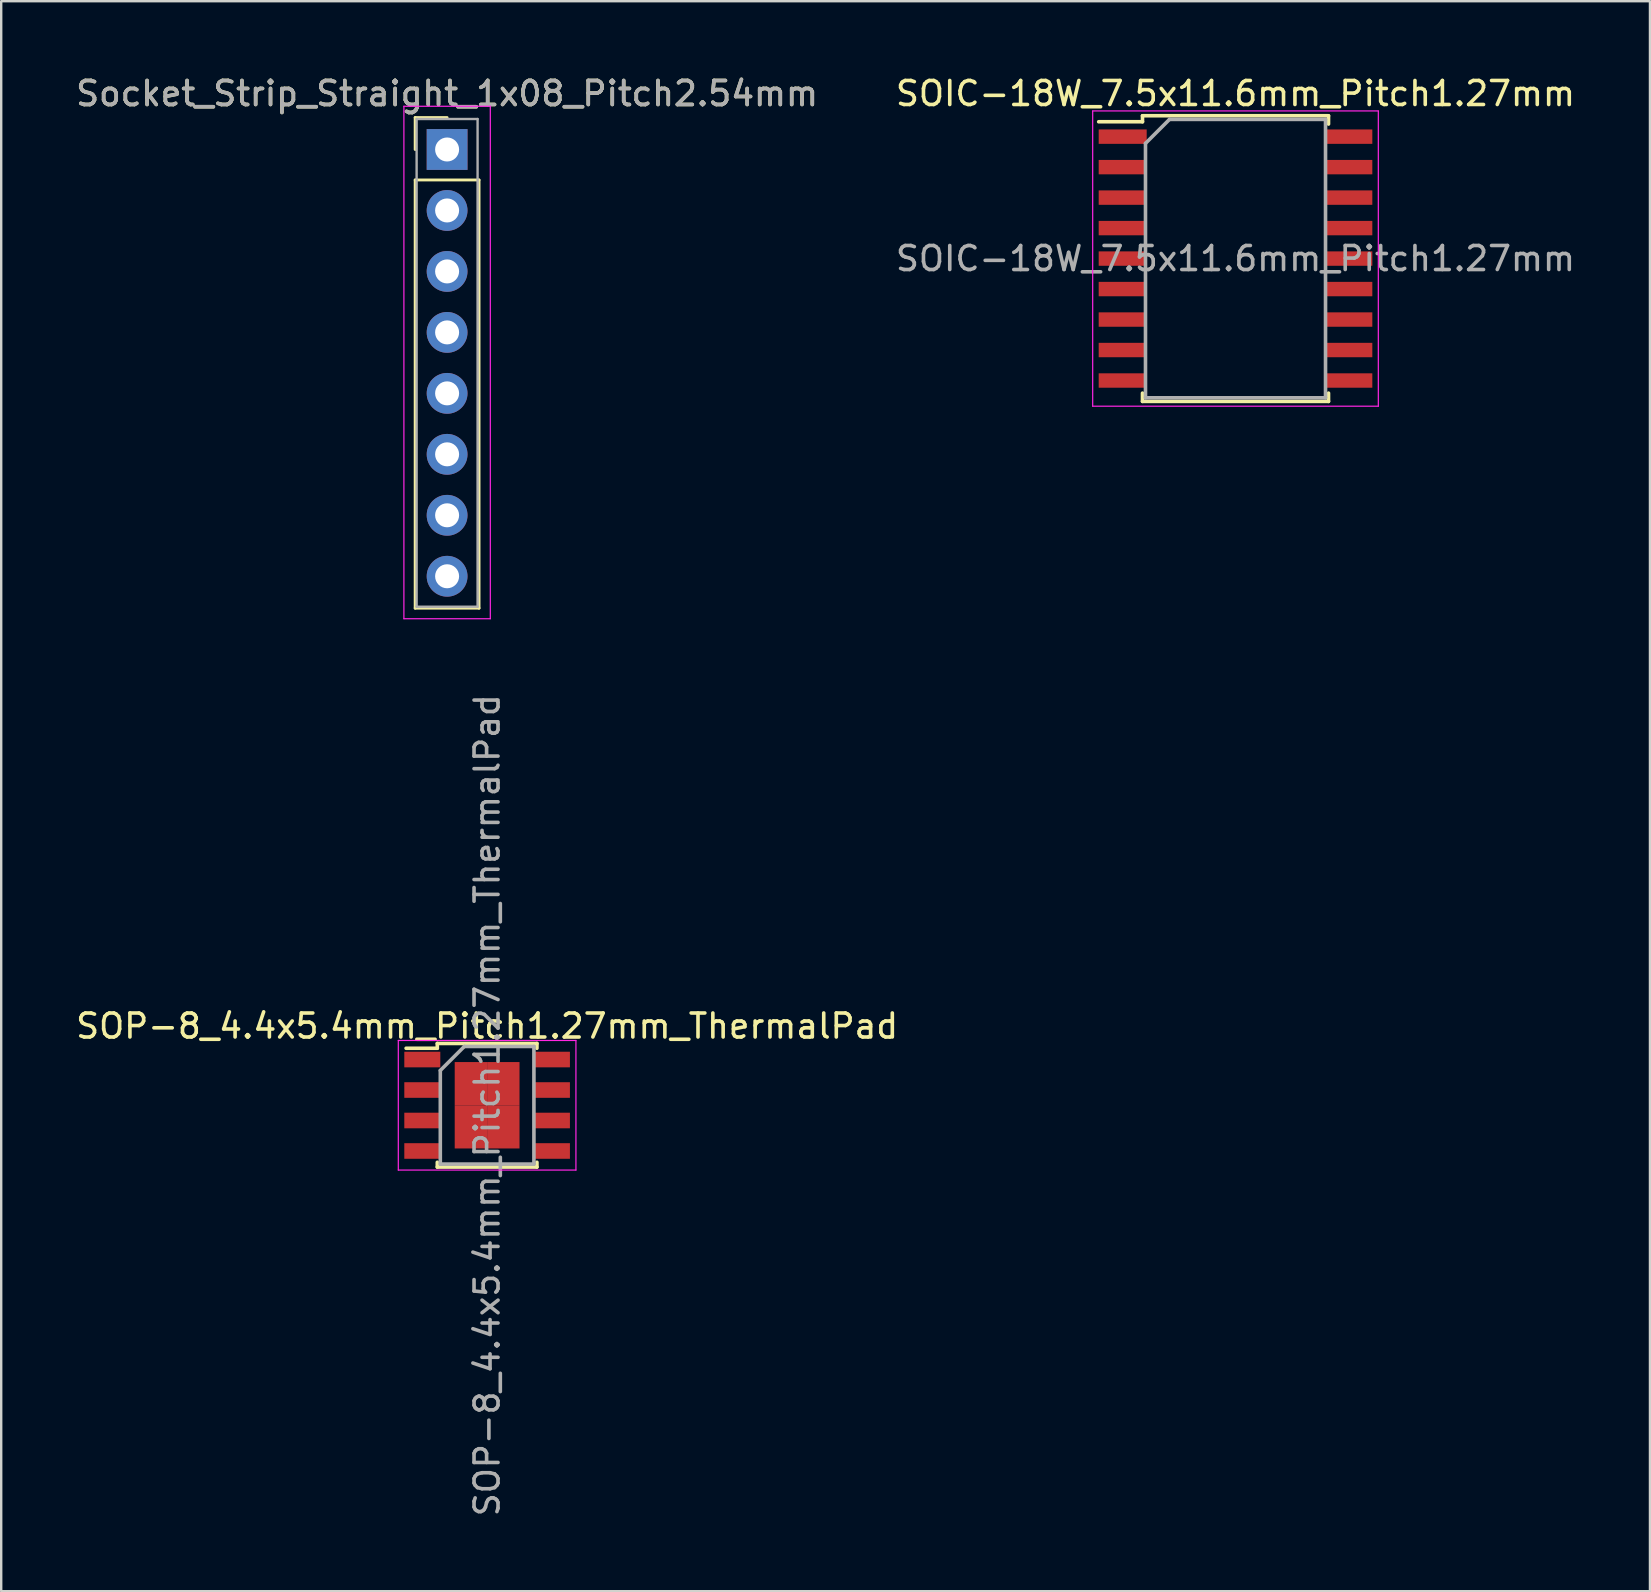
<source format=kicad_pcb>
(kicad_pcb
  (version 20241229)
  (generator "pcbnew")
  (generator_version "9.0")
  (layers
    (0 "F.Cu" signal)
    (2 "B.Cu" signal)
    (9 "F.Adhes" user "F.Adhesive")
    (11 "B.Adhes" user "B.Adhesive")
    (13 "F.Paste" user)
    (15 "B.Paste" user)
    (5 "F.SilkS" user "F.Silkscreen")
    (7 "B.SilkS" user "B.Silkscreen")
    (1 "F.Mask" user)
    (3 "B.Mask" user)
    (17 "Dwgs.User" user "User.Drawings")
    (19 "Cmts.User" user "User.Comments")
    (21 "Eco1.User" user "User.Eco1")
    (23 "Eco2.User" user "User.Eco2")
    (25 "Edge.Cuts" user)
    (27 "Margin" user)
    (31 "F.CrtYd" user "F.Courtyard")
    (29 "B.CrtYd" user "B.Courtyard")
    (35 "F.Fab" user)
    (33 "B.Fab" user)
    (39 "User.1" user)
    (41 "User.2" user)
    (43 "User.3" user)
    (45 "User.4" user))
  (footprint "SOP-8_4.4x5.4mm_Pitch1.27mm_ThermalPad"
    (layer "F.Cu")
    (at 17.244 42.997)
    (property "Reference" "SOP-8_4.4x5.4mm_Pitch1.27mm_ThermalPad" (at 0 -3.3 0) (layer "F.SilkS") (effects (font (size 1 1) (thickness 0.15))))
    (attr smd)
    (fp_line (start -2.075 -2.575) (end -2.075 -2.375) (stroke (width 0.15) (type solid)) (layer "F.SilkS"))
    (fp_line (start -2.075 -2.575) (end 2.075 -2.575) (stroke (width 0.15) (type solid)) (layer "F.SilkS"))
    (fp_line (start -2.075 -2.375) (end -3.375 -2.375) (stroke (width 0.15) (type solid)) (layer "F.SilkS"))
    (fp_line (start -2.075 2.575) (end -2.075 2.375) (stroke (width 0.15) (type solid)) (layer "F.SilkS"))
    (fp_line (start -2.075 2.575) (end 2.075 2.575) (stroke (width 0.15) (type solid)) (layer "F.SilkS"))
    (fp_line (start 2.075 -2.575) (end 2.075 -2.375) (stroke (width 0.15) (type solid)) (layer "F.SilkS"))
    (fp_line (start 2.075 2.575) (end 2.075 2.375) (stroke (width 0.15) (type solid)) (layer "F.SilkS"))
    (fp_line (start -3.7 -2.7) (end -3.7 2.7) (stroke (width 0.05) (type solid)) (layer "F.CrtYd"))
    (fp_line (start -3.7 -2.7) (end 3.7 -2.7) (stroke (width 0.05) (type solid)) (layer "F.CrtYd"))
    (fp_line (start -3.7 2.7) (end 3.7 2.7) (stroke (width 0.05) (type solid)) (layer "F.CrtYd"))
    (fp_line (start 3.7 -2.7) (end 3.7 2.7) (stroke (width 0.05) (type solid)) (layer "F.CrtYd"))
    (fp_line (start -1.95 -1.45) (end -0.95 -2.45) (stroke (width 0.15) (type solid)) (layer "F.Fab"))
    (fp_line (start -1.95 2.45) (end -1.95 -1.45) (stroke (width 0.15) (type solid)) (layer "F.Fab"))
    (fp_line (start -0.95 -2.45) (end 1.95 -2.45) (stroke (width 0.15) (type solid)) (layer "F.Fab"))
    (fp_line (start 1.95 -2.45) (end 1.95 2.45) (stroke (width 0.15) (type solid)) (layer "F.Fab"))
    (fp_line (start 1.95 2.45) (end -1.95 2.45) (stroke (width 0.15) (type solid)) (layer "F.Fab"))
    (fp_text user "${REFERENCE}" (at 0 0 90) (layer "F.Fab") (effects (font (size 1 1) (thickness 0.15))))
    (pad "1" smd rect (at -2.7 -1.905) (size 1.5 0.65) (layers "F.Cu" "F.Mask" "F.Paste"))
    (pad "2" smd rect (at -2.7 -0.635) (size 1.5 0.65) (layers "F.Cu" "F.Mask" "F.Paste"))
    (pad "3" smd rect (at -2.7 0.635) (size 1.5 0.65) (layers "F.Cu" "F.Mask" "F.Paste"))
    (pad "4" smd rect (at -2.7 1.905) (size 1.5 0.65) (layers "F.Cu" "F.Mask" "F.Paste"))
    (pad "5" smd rect (at 2.7 1.905) (size 1.5 0.65) (layers "F.Cu" "F.Mask" "F.Paste"))
    (pad "6" smd rect (at 2.7 0.635) (size 1.5 0.65) (layers "F.Cu" "F.Mask" "F.Paste"))
    (pad "7" smd rect (at 2.7 -0.635) (size 1.5 0.65) (layers "F.Cu" "F.Mask" "F.Paste"))
    (pad "8" smd rect (at 2.7 -1.905) (size 1.5 0.65) (layers "F.Cu" "F.Mask" "F.Paste"))
    (pad "9" smd rect (at -0.675 -0.9) (size 1.35 1.8) (layers "F.Cu" "F.Mask" "F.Paste"))
    (pad "9" smd rect (at -0.675 0.9) (size 1.35 1.8) (layers "F.Cu" "F.Mask" "F.Paste"))
    (pad "9" smd rect (at 0.675 -0.9) (size 1.35 1.8) (layers "F.Cu" "F.Mask" "F.Paste"))
    (pad "9" smd rect (at 0.675 0.9) (size 1.35 1.8) (layers "F.Cu" "F.Mask" "F.Paste")))
  (footprint "Socket_Strip_Straight_1x08_Pitch2.54mm"
    (layer "F.Cu")
    (at 15.577 3.178)
    (property "Reference" "Socket_Strip_Straight_1x08_Pitch2.54mm" (at 0 -2.33 0) (layer "F.SilkS") (effects (font (size 1 1) (thickness 0.15))))
    (attr through_hole)
    (fp_line (start -1.33 -1.33) (end 0 -1.33) (stroke (width 0.12) (type solid)) (layer "F.SilkS"))
    (fp_line (start -1.33 0) (end -1.33 -1.33) (stroke (width 0.12) (type solid)) (layer "F.SilkS"))
    (fp_line (start -1.33 1.27) (end -1.33 19.11) (stroke (width 0.12) (type solid)) (layer "F.SilkS"))
    (fp_line (start -1.33 19.11) (end 1.33 19.11) (stroke (width 0.12) (type solid)) (layer "F.SilkS"))
    (fp_line (start 1.33 1.27) (end -1.33 1.27) (stroke (width 0.12) (type solid)) (layer "F.SilkS"))
    (fp_line (start 1.33 19.11) (end 1.33 1.27) (stroke (width 0.12) (type solid)) (layer "F.SilkS"))
    (fp_line (start -1.8 -1.8) (end -1.8 19.55) (stroke (width 0.05) (type solid)) (layer "F.CrtYd"))
    (fp_line (start -1.8 19.55) (end 1.8 19.55) (stroke (width 0.05) (type solid)) (layer "F.CrtYd"))
    (fp_line (start 1.8 -1.8) (end -1.8 -1.8) (stroke (width 0.05) (type solid)) (layer "F.CrtYd"))
    (fp_line (start 1.8 19.55) (end 1.8 -1.8) (stroke (width 0.05) (type solid)) (layer "F.CrtYd"))
    (fp_line (start -1.27 -1.27) (end -1.27 19.05) (stroke (width 0.1) (type solid)) (layer "F.Fab"))
    (fp_line (start -1.27 19.05) (end 1.27 19.05) (stroke (width 0.1) (type solid)) (layer "F.Fab"))
    (fp_line (start 1.27 -1.27) (end -1.27 -1.27) (stroke (width 0.1) (type solid)) (layer "F.Fab"))
    (fp_line (start 1.27 19.05) (end 1.27 -1.27) (stroke (width 0.1) (type solid)) (layer "F.Fab"))
    (fp_text user "${REFERENCE}" (at 0 -2.33 0) (layer "F.Fab") (effects (font (size 1 1) (thickness 0.15))))
    (pad "1" thru_hole rect (at 0 0) (size 1.7 1.7) (drill 1) (layers "*.Cu" "*.Mask"))
    (pad "2" thru_hole oval (at 0 2.54) (size 1.7 1.7) (drill 1) (layers "*.Cu" "*.Mask"))
    (pad "3" thru_hole oval (at 0 5.08) (size 1.7 1.7) (drill 1) (layers "*.Cu" "*.Mask"))
    (pad "4" thru_hole oval (at 0 7.62) (size 1.7 1.7) (drill 1) (layers "*.Cu" "*.Mask"))
    (pad "5" thru_hole oval (at 0 10.16) (size 1.7 1.7) (drill 1) (layers "*.Cu" "*.Mask"))
    (pad "6" thru_hole oval (at 0 12.7) (size 1.7 1.7) (drill 1) (layers "*.Cu" "*.Mask"))
    (pad "7" thru_hole oval (at 0 15.24) (size 1.7 1.7) (drill 1) (layers "*.Cu" "*.Mask"))
    (pad "8" thru_hole oval (at 0 17.78) (size 1.7 1.7) (drill 1) (layers "*.Cu" "*.Mask")))
  (footprint "SOIC-18W_7.5x11.6mm_Pitch1.27mm"
    (layer "F.Cu")
    (at 48.423 7.723)
    (property "Reference" "SOIC-18W_7.5x11.6mm_Pitch1.27mm" (at 0 -6.875 0) (layer "F.SilkS") (effects (font (size 1 1) (thickness 0.15))))
    (attr smd)
    (fp_line (start -3.875 -5.95) (end -3.875 -5.7) (stroke (width 0.15) (type solid)) (layer "F.SilkS"))
    (fp_line (start -3.875 -5.95) (end 3.875 -5.95) (stroke (width 0.15) (type solid)) (layer "F.SilkS"))
    (fp_line (start -3.875 -5.7) (end -5.7 -5.7) (stroke (width 0.15) (type solid)) (layer "F.SilkS"))
    (fp_line (start -3.875 5.95) (end -3.875 5.605) (stroke (width 0.15) (type solid)) (layer "F.SilkS"))
    (fp_line (start -3.875 5.95) (end 3.875 5.95) (stroke (width 0.15) (type solid)) (layer "F.SilkS"))
    (fp_line (start 3.875 -5.95) (end 3.875 -5.605) (stroke (width 0.15) (type solid)) (layer "F.SilkS"))
    (fp_line (start 3.875 5.95) (end 3.875 5.605) (stroke (width 0.15) (type solid)) (layer "F.SilkS"))
    (fp_line (start -5.95 -6.15) (end -5.95 6.15) (stroke (width 0.05) (type solid)) (layer "F.CrtYd"))
    (fp_line (start -5.95 -6.15) (end 5.95 -6.15) (stroke (width 0.05) (type solid)) (layer "F.CrtYd"))
    (fp_line (start -5.95 6.15) (end 5.95 6.15) (stroke (width 0.05) (type solid)) (layer "F.CrtYd"))
    (fp_line (start 5.95 -6.15) (end 5.95 6.15) (stroke (width 0.05) (type solid)) (layer "F.CrtYd"))
    (fp_line (start -3.75 -4.8) (end -2.75 -5.8) (stroke (width 0.15) (type solid)) (layer "F.Fab"))
    (fp_line (start -3.75 5.8) (end -3.75 -4.8) (stroke (width 0.15) (type solid)) (layer "F.Fab"))
    (fp_line (start -2.75 -5.8) (end 3.75 -5.8) (stroke (width 0.15) (type solid)) (layer "F.Fab"))
    (fp_line (start 3.75 -5.8) (end 3.75 5.8) (stroke (width 0.15) (type solid)) (layer "F.Fab"))
    (fp_line (start 3.75 5.8) (end -3.75 5.8) (stroke (width 0.15) (type solid)) (layer "F.Fab"))
    (fp_text user "${REFERENCE}" (at 0 0 0) (layer "F.Fab") (effects (font (size 1 1) (thickness 0.15))))
    (pad "1" smd rect (at -4.7 -5.08) (size 2 0.6) (layers "F.Cu" "F.Mask" "F.Paste"))
    (pad "2" smd rect (at -4.7 -3.81) (size 2 0.6) (layers "F.Cu" "F.Mask" "F.Paste"))
    (pad "3" smd rect (at -4.7 -2.54) (size 2 0.6) (layers "F.Cu" "F.Mask" "F.Paste"))
    (pad "4" smd rect (at -4.7 -1.27) (size 2 0.6) (layers "F.Cu" "F.Mask" "F.Paste"))
    (pad "5" smd rect (at -4.7 0) (size 2 0.6) (layers "F.Cu" "F.Mask" "F.Paste"))
    (pad "6" smd rect (at -4.7 1.27) (size 2 0.6) (layers "F.Cu" "F.Mask" "F.Paste"))
    (pad "7" smd rect (at -4.7 2.54) (size 2 0.6) (layers "F.Cu" "F.Mask" "F.Paste"))
    (pad "8" smd rect (at -4.7 3.81) (size 2 0.6) (layers "F.Cu" "F.Mask" "F.Paste"))
    (pad "9" smd rect (at -4.7 5.08) (size 2 0.6) (layers "F.Cu" "F.Mask" "F.Paste"))
    (pad "10" smd rect (at 4.7 5.08) (size 2 0.6) (layers "F.Cu" "F.Mask" "F.Paste"))
    (pad "11" smd rect (at 4.7 3.81) (size 2 0.6) (layers "F.Cu" "F.Mask" "F.Paste"))
    (pad "12" smd rect (at 4.7 2.54) (size 2 0.6) (layers "F.Cu" "F.Mask" "F.Paste"))
    (pad "13" smd rect (at 4.7 1.27) (size 2 0.6) (layers "F.Cu" "F.Mask" "F.Paste"))
    (pad "14" smd rect (at 4.7 0) (size 2 0.6) (layers "F.Cu" "F.Mask" "F.Paste"))
    (pad "15" smd rect (at 4.7 -1.27) (size 2 0.6) (layers "F.Cu" "F.Mask" "F.Paste"))
    (pad "16" smd rect (at 4.7 -2.54) (size 2 0.6) (layers "F.Cu" "F.Mask" "F.Paste"))
    (pad "17" smd rect (at 4.7 -3.81) (size 2 0.6) (layers "F.Cu" "F.Mask" "F.Paste"))
    (pad "18" smd rect (at 4.7 -5.08) (size 2 0.6) (layers "F.Cu" "F.Mask" "F.Paste")))
  (gr_rect
    (start -3 -3)
    (end 65.69 63.241)
    (stroke (width 0.1) (type default))
    (fill no)
    (layer "Edge.Cuts")))
</source>
